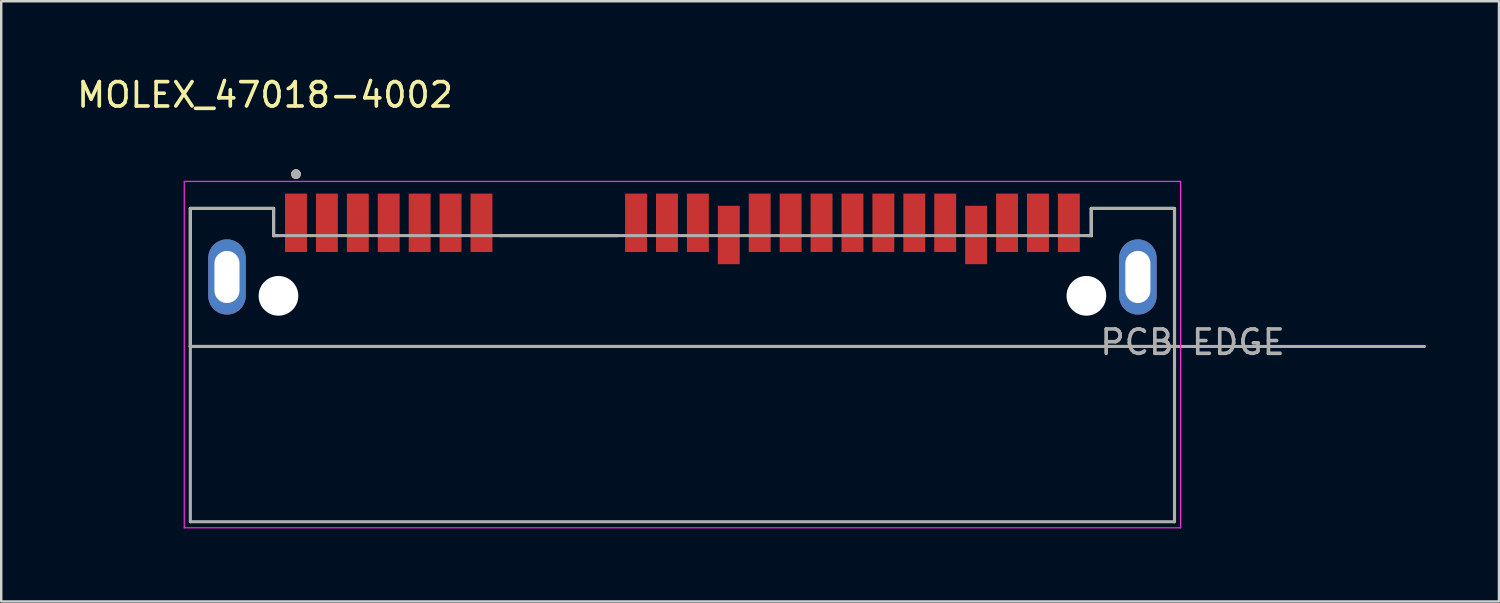
<source format=kicad_pcb>
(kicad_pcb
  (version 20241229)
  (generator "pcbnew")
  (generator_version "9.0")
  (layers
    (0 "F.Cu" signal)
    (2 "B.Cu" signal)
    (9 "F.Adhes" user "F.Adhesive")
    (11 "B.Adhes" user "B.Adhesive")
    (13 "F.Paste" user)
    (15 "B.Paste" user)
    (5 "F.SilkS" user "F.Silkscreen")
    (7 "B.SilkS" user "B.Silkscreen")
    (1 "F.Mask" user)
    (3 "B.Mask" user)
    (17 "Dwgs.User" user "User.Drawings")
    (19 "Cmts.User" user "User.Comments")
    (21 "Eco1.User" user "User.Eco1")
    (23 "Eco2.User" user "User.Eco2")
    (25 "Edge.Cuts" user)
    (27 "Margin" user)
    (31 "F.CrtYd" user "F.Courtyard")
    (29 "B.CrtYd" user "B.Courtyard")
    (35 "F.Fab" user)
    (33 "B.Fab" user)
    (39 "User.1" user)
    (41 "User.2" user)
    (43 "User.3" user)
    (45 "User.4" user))
  (footprint "MOLEX_47018-4002"
    (layer "F.Cu")
    (at 24.984 9.103)
    (property "Reference" "MOLEX_47018-4002" (at -17.145 -8.255 0) (layer "F.SilkS") (effects (font (size 1 1) (thickness 0.15))))
    (attr smd)
    (fp_line (start -20.215 -3.59) (end -16.795 -3.59) (stroke (width 0.127) (type solid)) (layer "F.SilkS"))
    (fp_line (start -20.215 2.08) (end -20.215 -3.59) (stroke (width 0.127) (type solid)) (layer "F.SilkS"))
    (fp_line (start -20.215 2.08) (end 20.215 2.08) (stroke (width 0.127) (type solid)) (layer "F.SilkS"))
    (fp_line (start -16.795 -3.59) (end -16.795 -2.475) (stroke (width 0.127) (type solid)) (layer "F.SilkS"))
    (fp_line (start -16.795 -2.475) (end -16.639 -2.475) (stroke (width 0.127) (type solid)) (layer "F.SilkS"))
    (fp_line (start -7.492 -2.475) (end -2.668 -2.475) (stroke (width 0.127) (type solid)) (layer "F.SilkS"))
    (fp_line (start 16.639 -2.475) (end 16.795 -2.475) (stroke (width 0.127) (type solid)) (layer "F.SilkS"))
    (fp_line (start 16.795 -2.475) (end 16.795 -3.59) (stroke (width 0.127) (type solid)) (layer "F.SilkS"))
    (fp_line (start 20.215 -3.59) (end 16.795 -3.59) (stroke (width 0.127) (type solid)) (layer "F.SilkS"))
    (fp_line (start 20.215 -3.59) (end 20.215 2.08) (stroke (width 0.127) (type solid)) (layer "F.SilkS"))
    (fp_circle (center -15.875 -5) (end -15.775 -5) (stroke (width 0.2) (type solid)) (fill no) (layer "F.SilkS"))
    (fp_line (start -20.465 -4.7) (end 20.465 -4.7) (stroke (width 0.05) (type solid)) (layer "F.CrtYd"))
    (fp_line (start -20.465 9.53) (end -20.465 -4.7) (stroke (width 0.05) (type solid)) (layer "F.CrtYd"))
    (fp_line (start 20.465 -4.7) (end 20.465 9.53) (stroke (width 0.05) (type solid)) (layer "F.CrtYd"))
    (fp_line (start 20.465 9.53) (end -20.465 9.53) (stroke (width 0.05) (type solid)) (layer "F.CrtYd"))
    (fp_line (start -20.215 -3.59) (end -16.795 -3.59) (stroke (width 0.127) (type solid)) (layer "F.Fab"))
    (fp_line (start -20.215 2.08) (end -20.215 -3.59) (stroke (width 0.127) (type solid)) (layer "F.Fab"))
    (fp_line (start -20.215 2.08) (end 30.48 2.08) (stroke (width 0.127) (type solid)) (layer "F.Fab"))
    (fp_line (start -20.215 9.28) (end -20.215 2.08) (stroke (width 0.127) (type solid)) (layer "F.Fab"))
    (fp_line (start -16.795 -3.59) (end -16.795 -2.475) (stroke (width 0.127) (type solid)) (layer "F.Fab"))
    (fp_line (start -16.795 -2.475) (end 16.795 -2.475) (stroke (width 0.127) (type solid)) (layer "F.Fab"))
    (fp_line (start 16.795 -2.475) (end 16.795 -3.59) (stroke (width 0.127) (type solid)) (layer "F.Fab"))
    (fp_line (start 20.215 -3.59) (end 16.795 -3.59) (stroke (width 0.127) (type solid)) (layer "F.Fab"))
    (fp_line (start 20.215 -3.59) (end 20.215 9.28) (stroke (width 0.127) (type solid)) (layer "F.Fab"))
    (fp_line (start 20.215 9.28) (end -20.215 9.28) (stroke (width 0.127) (type solid)) (layer "F.Fab"))
    (fp_circle (center -15.875 -5) (end -15.775 -5) (stroke (width 0.2) (type solid)) (fill no) (layer "F.Fab"))
    (fp_text user "PCB EDGE" (at 20.955 1.905 0) (layer "F.Fab") (effects (font (size 1 1) (thickness 0.15))))
    (pad "" np_thru_hole circle (at -16.595 0) (size 1.63 1.63) (drill 1.63) (layers "*.Cu" "*.Mask"))
    (pad "" np_thru_hole circle (at 16.595 0) (size 1.63 1.63) (drill 1.63) (layers "*.Cu" "*.Mask"))
    (pad "P1" smd rect (at -1.905 -3) (size 0.9 2.4) (layers "F.Cu" "F.Mask" "F.Paste"))
    (pad "P2" smd rect (at -0.635 -3) (size 0.9 2.4) (layers "F.Cu" "F.Mask" "F.Paste"))
    (pad "P3" smd rect (at 0.635 -3) (size 0.9 2.4) (layers "F.Cu" "F.Mask" "F.Paste"))
    (pad "P4" smd rect (at 1.905 -2.5) (size 0.9 2.4) (layers "F.Cu" "F.Mask" "F.Paste"))
    (pad "P5" smd rect (at 3.175 -3) (size 0.9 2.4) (layers "F.Cu" "F.Mask" "F.Paste"))
    (pad "P6" smd rect (at 4.445 -3) (size 0.9 2.4) (layers "F.Cu" "F.Mask" "F.Paste"))
    (pad "P7" smd rect (at 5.715 -3) (size 0.9 2.4) (layers "F.Cu" "F.Mask" "F.Paste"))
    (pad "P8" smd rect (at 6.985 -3) (size 0.9 2.4) (layers "F.Cu" "F.Mask" "F.Paste"))
    (pad "P9" smd rect (at 8.255 -3) (size 0.9 2.4) (layers "F.Cu" "F.Mask" "F.Paste"))
    (pad "P10" smd rect (at 9.525 -3) (size 0.9 2.4) (layers "F.Cu" "F.Mask" "F.Paste"))
    (pad "P11" smd rect (at 10.795 -3) (size 0.9 2.4) (layers "F.Cu" "F.Mask" "F.Paste"))
    (pad "P12" smd rect (at 12.065 -2.5) (size 0.9 2.4) (layers "F.Cu" "F.Mask" "F.Paste"))
    (pad "P13" smd rect (at 13.335 -3) (size 0.9 2.4) (layers "F.Cu" "F.Mask" "F.Paste"))
    (pad "P14" smd rect (at 14.605 -3) (size 0.9 2.4) (layers "F.Cu" "F.Mask" "F.Paste"))
    (pad "P15" smd rect (at 15.875 -3) (size 0.9 2.4) (layers "F.Cu" "F.Mask" "F.Paste"))
    (pad "S1" smd rect (at -15.875 -3) (size 0.9 2.4) (layers "F.Cu" "F.Mask" "F.Paste"))
    (pad "S2" smd rect (at -14.605 -3) (size 0.9 2.4) (layers "F.Cu" "F.Mask" "F.Paste"))
    (pad "S3" smd rect (at -13.335 -3) (size 0.9 2.4) (layers "F.Cu" "F.Mask" "F.Paste"))
    (pad "S4" smd rect (at -12.065 -3) (size 0.9 2.4) (layers "F.Cu" "F.Mask" "F.Paste"))
    (pad "S5" smd rect (at -10.795 -3) (size 0.9 2.4) (layers "F.Cu" "F.Mask" "F.Paste"))
    (pad "S6" smd rect (at -9.525 -3) (size 0.9 2.4) (layers "F.Cu" "F.Mask" "F.Paste"))
    (pad "S7" smd rect (at -8.255 -3) (size 0.9 2.4) (layers "F.Cu" "F.Mask" "F.Paste"))
    (pad "SH" thru_hole oval (at -18.71 -0.775) (size 1.545 3.09) (drill oval 1.03 2.14) (layers "*.Cu" "*.Mask"))
    (pad "SH" thru_hole oval (at 18.71 -0.775) (size 1.545 3.09) (drill oval 1.03 2.14) (layers "*.Cu" "*.Mask"))
    (zone (net_name "") (layer "F.Cu") (hatch full 0.508) (connect_pads) (min_thickness 0.01) (filled_areas_thickness no) (keepout (tracks not_allowed) (vias not_allowed) (pads not_allowed) (copperpour not_allowed) (footprints allowed)) (placement (enabled no)) (fill) (polygon (pts (xy 4.584 4.403) (xy 45.384 4.403) (xy 45.384 16.903) (xy 4.584 16.903))))
    (zone (net_name "") (layers "F.Cu" "B.Cu") (hatch full 0.508) (connect_pads) (min_thickness 0.01) (filled_areas_thickness no) (keepout (tracks allowed) (vias not_allowed) (pads allowed) (copperpour allowed) (footprints allowed)) (placement (enabled no)) (fill) (polygon (pts (xy 4.584 4.403) (xy 45.384 4.403) (xy 45.384 16.903) (xy 4.584 16.903)))))
  (gr_rect
    (start -3 -3)
    (end 58.528 21.658)
    (stroke (width 0.1) (type default))
    (fill no)
    (layer "Edge.Cuts")))
</source>
